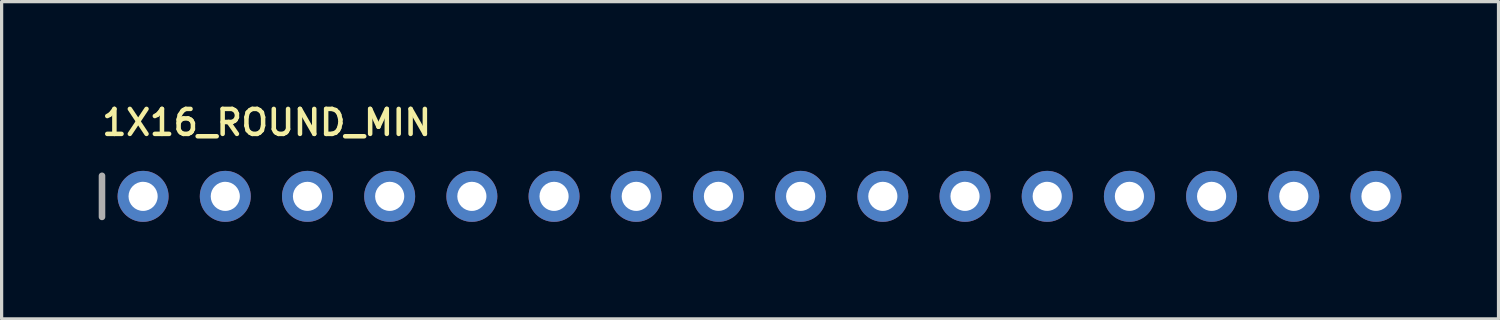
<source format=kicad_pcb>
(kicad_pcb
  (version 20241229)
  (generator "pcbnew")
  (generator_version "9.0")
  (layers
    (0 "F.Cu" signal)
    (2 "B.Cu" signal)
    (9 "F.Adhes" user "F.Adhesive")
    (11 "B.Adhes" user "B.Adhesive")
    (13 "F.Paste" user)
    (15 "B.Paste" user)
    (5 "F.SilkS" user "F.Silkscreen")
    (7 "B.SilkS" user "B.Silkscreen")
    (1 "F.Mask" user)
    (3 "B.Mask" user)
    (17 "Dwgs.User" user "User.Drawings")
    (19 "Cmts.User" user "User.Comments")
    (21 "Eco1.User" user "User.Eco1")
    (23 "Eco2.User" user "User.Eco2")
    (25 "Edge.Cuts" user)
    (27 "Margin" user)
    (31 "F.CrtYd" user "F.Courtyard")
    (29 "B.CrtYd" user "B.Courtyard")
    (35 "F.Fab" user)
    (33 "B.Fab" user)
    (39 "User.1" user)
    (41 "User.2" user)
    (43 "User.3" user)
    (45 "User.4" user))
  (footprint "1X16_ROUND_MIN"
    (layer "F.Cu")
    (at 20.422 3.018)
    (property "Reference" "1X16_ROUND_MIN" (at -20.396 -1.829 180) (layer "F.SilkS") (effects (font (size 0.772 0.772) (thickness 0.139)) (justify left bottom)))
    (attr through_hole)
    (fp_line (start -20.32 -0.635) (end -20.32 0.635) (stroke (width 0.203) (type solid)) (layer "F.Fab"))
    (fp_poly (pts (xy -19.304 0.254) (xy -18.796 0.254) (xy -18.796 -0.254) (xy -19.304 -0.254)) (stroke (width 0.1) (type solid)) (fill no) (layer "F.Fab"))
    (fp_poly (pts (xy -16.764 0.254) (xy -16.256 0.254) (xy -16.256 -0.254) (xy -16.764 -0.254)) (stroke (width 0.1) (type solid)) (fill no) (layer "F.Fab"))
    (fp_poly (pts (xy -14.224 0.254) (xy -13.716 0.254) (xy -13.716 -0.254) (xy -14.224 -0.254)) (stroke (width 0.1) (type solid)) (fill no) (layer "F.Fab"))
    (fp_poly (pts (xy -11.684 0.254) (xy -11.176 0.254) (xy -11.176 -0.254) (xy -11.684 -0.254)) (stroke (width 0.1) (type solid)) (fill no) (layer "F.Fab"))
    (fp_poly (pts (xy -9.144 0.254) (xy -8.636 0.254) (xy -8.636 -0.254) (xy -9.144 -0.254)) (stroke (width 0.1) (type solid)) (fill no) (layer "F.Fab"))
    (fp_poly (pts (xy -6.604 0.254) (xy -6.096 0.254) (xy -6.096 -0.254) (xy -6.604 -0.254)) (stroke (width 0.1) (type solid)) (fill no) (layer "F.Fab"))
    (fp_poly (pts (xy -4.064 0.254) (xy -3.556 0.254) (xy -3.556 -0.254) (xy -4.064 -0.254)) (stroke (width 0.1) (type solid)) (fill no) (layer "F.Fab"))
    (fp_poly (pts (xy -1.524 0.254) (xy -1.016 0.254) (xy -1.016 -0.254) (xy -1.524 -0.254)) (stroke (width 0.1) (type solid)) (fill no) (layer "F.Fab"))
    (fp_poly (pts (xy 1.016 0.254) (xy 1.524 0.254) (xy 1.524 -0.254) (xy 1.016 -0.254)) (stroke (width 0.1) (type solid)) (fill no) (layer "F.Fab"))
    (fp_poly (pts (xy 3.556 0.254) (xy 4.064 0.254) (xy 4.064 -0.254) (xy 3.556 -0.254)) (stroke (width 0.1) (type solid)) (fill no) (layer "F.Fab"))
    (fp_poly (pts (xy 6.096 0.254) (xy 6.604 0.254) (xy 6.604 -0.254) (xy 6.096 -0.254)) (stroke (width 0.1) (type solid)) (fill no) (layer "F.Fab"))
    (fp_poly (pts (xy 8.636 0.254) (xy 9.144 0.254) (xy 9.144 -0.254) (xy 8.636 -0.254)) (stroke (width 0.1) (type solid)) (fill no) (layer "F.Fab"))
    (fp_poly (pts (xy 11.176 0.254) (xy 11.684 0.254) (xy 11.684 -0.254) (xy 11.176 -0.254)) (stroke (width 0.1) (type solid)) (fill no) (layer "F.Fab"))
    (fp_poly (pts (xy 13.716 0.254) (xy 14.224 0.254) (xy 14.224 -0.254) (xy 13.716 -0.254)) (stroke (width 0.1) (type solid)) (fill no) (layer "F.Fab"))
    (fp_poly (pts (xy 16.256 0.254) (xy 16.764 0.254) (xy 16.764 -0.254) (xy 16.256 -0.254)) (stroke (width 0.1) (type solid)) (fill no) (layer "F.Fab"))
    (fp_poly (pts (xy 18.796 0.254) (xy 19.304 0.254) (xy 19.304 -0.254) (xy 18.796 -0.254)) (stroke (width 0.1) (type solid)) (fill no) (layer "F.Fab"))
    (pad "1" thru_hole circle (at -19.05 0 90) (size 1.575 1.575) (drill 0.9) (layers "*.Cu" "*.Mask"))
    (pad "2" thru_hole circle (at -16.51 0 90) (size 1.575 1.575) (drill 0.9) (layers "*.Cu" "*.Mask"))
    (pad "3" thru_hole circle (at -13.97 0 90) (size 1.575 1.575) (drill 0.9) (layers "*.Cu" "*.Mask"))
    (pad "4" thru_hole circle (at -11.43 0 90) (size 1.575 1.575) (drill 0.9) (layers "*.Cu" "*.Mask"))
    (pad "5" thru_hole circle (at -8.89 0 90) (size 1.575 1.575) (drill 0.9) (layers "*.Cu" "*.Mask"))
    (pad "6" thru_hole circle (at -6.35 0 90) (size 1.575 1.575) (drill 0.9) (layers "*.Cu" "*.Mask"))
    (pad "7" thru_hole circle (at -3.81 0 90) (size 1.575 1.575) (drill 0.9) (layers "*.Cu" "*.Mask"))
    (pad "8" thru_hole circle (at -1.27 0 90) (size 1.575 1.575) (drill 0.9) (layers "*.Cu" "*.Mask"))
    (pad "9" thru_hole circle (at 1.27 0 90) (size 1.575 1.575) (drill 0.9) (layers "*.Cu" "*.Mask"))
    (pad "10" thru_hole circle (at 3.81 0 90) (size 1.575 1.575) (drill 0.9) (layers "*.Cu" "*.Mask"))
    (pad "11" thru_hole circle (at 6.35 0 90) (size 1.575 1.575) (drill 0.9) (layers "*.Cu" "*.Mask"))
    (pad "12" thru_hole circle (at 8.89 0 90) (size 1.575 1.575) (drill 0.9) (layers "*.Cu" "*.Mask"))
    (pad "13" thru_hole circle (at 11.43 0 90) (size 1.575 1.575) (drill 0.9) (layers "*.Cu" "*.Mask"))
    (pad "14" thru_hole circle (at 13.97 0 90) (size 1.575 1.575) (drill 0.9) (layers "*.Cu" "*.Mask"))
    (pad "15" thru_hole circle (at 16.51 0 90) (size 1.575 1.575) (drill 0.9) (layers "*.Cu" "*.Mask"))
    (pad "16" thru_hole circle (at 19.05 0 90) (size 1.575 1.575) (drill 0.9) (layers "*.Cu" "*.Mask")))
  (gr_rect
    (start -3 -3)
    (end 43.259 6.805)
    (stroke (width 0.1) (type default))
    (fill no)
    (layer "Edge.Cuts")))
</source>
